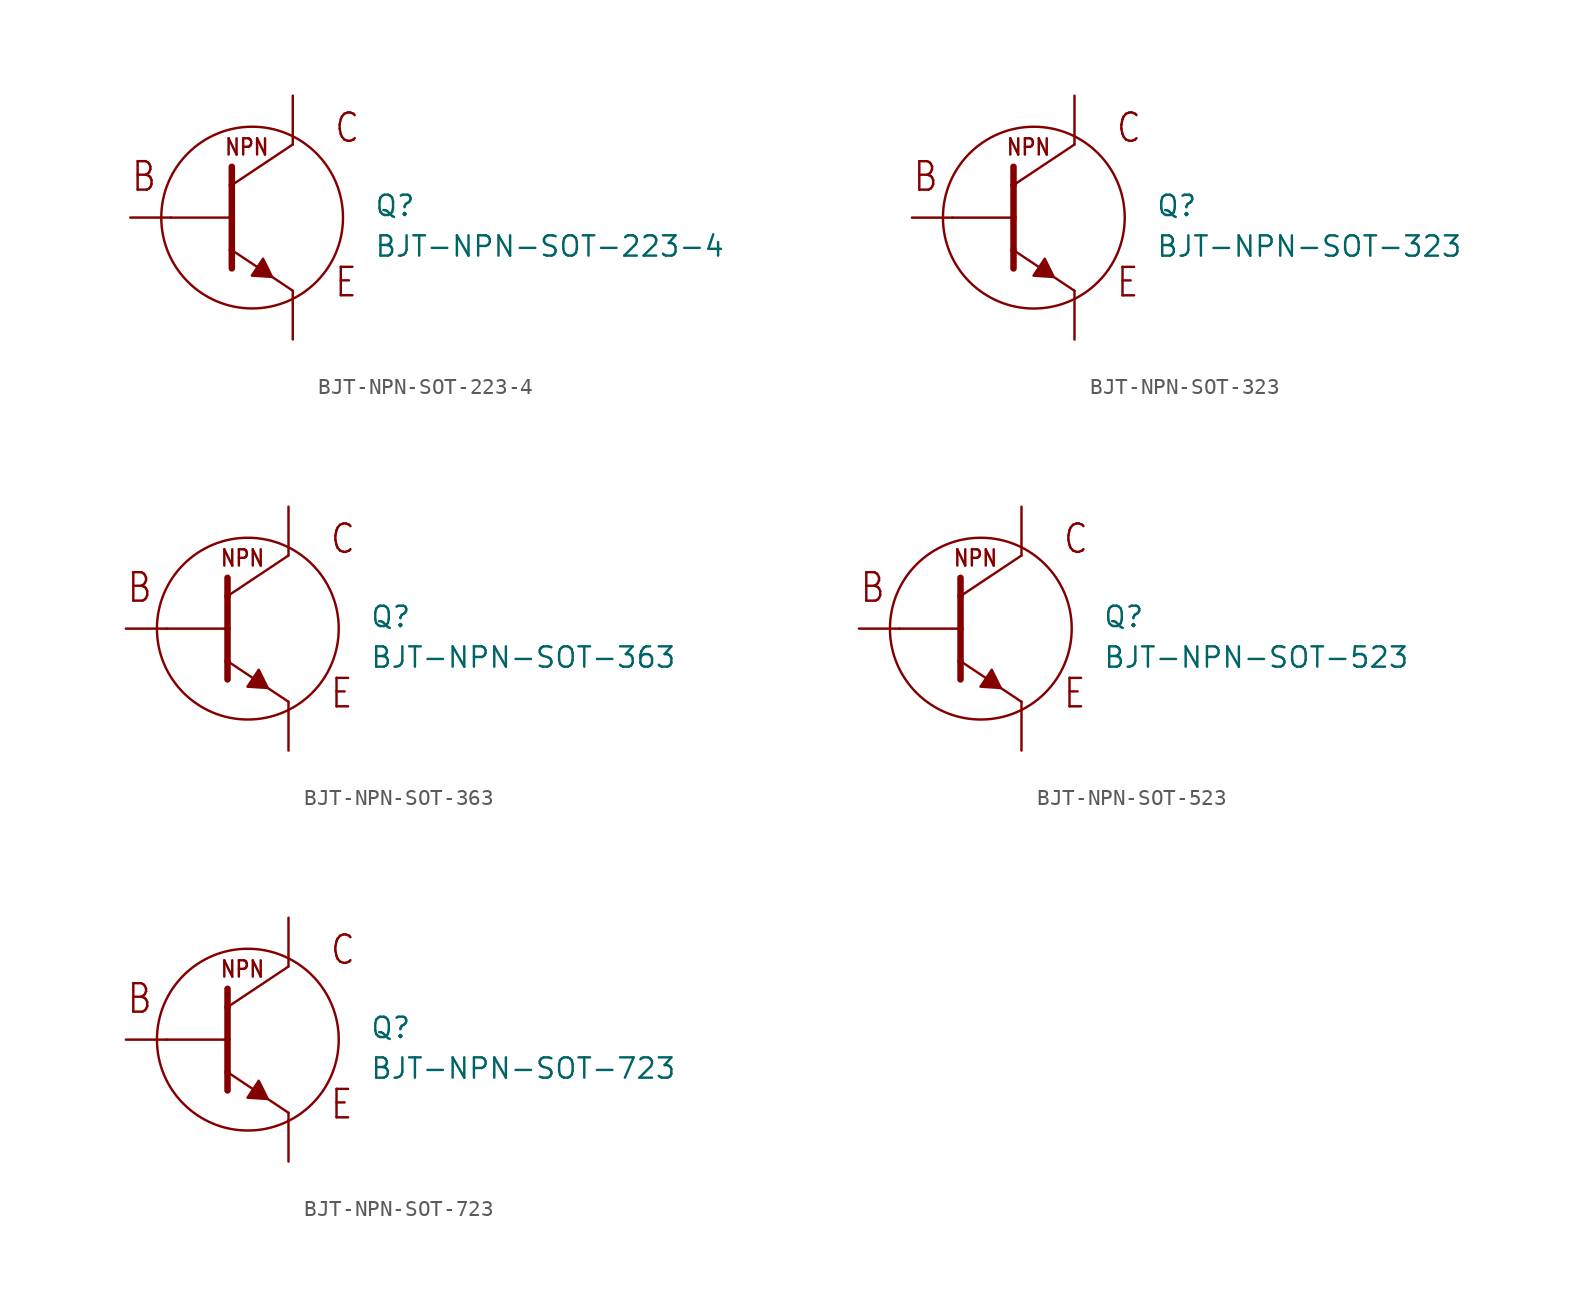
<source format=kicad_sym>
(kicad_symbol_lib
  (version 20211014)
  (generator kicad_symbol_editor)
  (symbol "BJT-NPN-SOT-223-4"
    (pin_numbers hide)
    (pin_names hide)
    (property "Reference" "Q"
      (at 7.62 0 0)
      (effects (font (size 1.27 1.27)) (justify left bottom)))
    (property "Value" "BJT-NPN-SOT-223-4"
      (at 7.62 -2.54 0)
      (effects (font (size 1.27 1.27)) (justify left bottom)))
    (property "Datasheet" ""
      (at 0 0 0))
    (property "ki_description" "BJT NPN  - SOT-223-4 "
      (at 0 0 0))
    (property "ki_fp_filters" "FlashPCB_Transistors:SOT-223-4 FlashPCB_Transistors:SOT-223-4_NOSILK"
      (at 0 0 0))
    (symbol "BJT-NPN-SOT-223-4_1_1"
      (text "NPN" (at -1.778 3.81 0) (effects (font (size 1.016 0.869)) (justify left bottom)))
      (text "C" (at 5.08 4.572 0) (effects (font (size 1.778 1.52)) (justify left bottom)))
      (text "E" (at 5.08 -5.08 0) (effects (font (size 1.778 1.52)) (justify left bottom)))
      (text "B" (at -7.62 1.524 0) (effects (font (size 1.778 1.52)) (justify left bottom)))
      (polyline (pts (xy 0.682 -2.57) (xy -0.022 -3.627) (xy 1.245 -3.709) (xy 0.682 -2.57)) (stroke (width 0.152) (type default)) (fill (type outline)))
      (polyline (pts (xy -1.27 3.175) (xy -1.27 2.032)) (stroke (width 0.406)) (fill (type none)))
      (polyline (pts (xy -1.27 2.032) (xy -1.27 0)) (stroke (width 0.406)) (fill (type none)))
      (polyline (pts (xy -1.27 0) (xy -1.27 -2.032)) (stroke (width 0.406)) (fill (type none)))
      (polyline (pts (xy -1.27 -2.032) (xy -1.27 -3.175)) (stroke (width 0.406)) (fill (type none)))
      (polyline (pts (xy 2.54 4.572) (xy -1.27 2.032)) (stroke (width 0.152)) (fill (type none)))
      (polyline (pts (xy -1.27 -2.032) (xy 2.54 -4.572)) (stroke (width 0.152)) (fill (type none)))
      (polyline (pts (xy 2.54 -4.572) (xy 2.54 -5.08)) (stroke (width 0.152)) (fill (type none)))
      (polyline (pts (xy 2.54 5.08) (xy 2.54 4.572)) (stroke (width 0.152)) (fill (type none)))
      (polyline (pts (xy -5.08 0) (xy -1.27 0)) (stroke (width 0.152)) (fill (type none)))
      (circle (center 0 0) (radius 5.68) (stroke (width 0.152) (type default)) (fill (type none)))
      (pin bidirectional line (at -7.62 0 0) (length 2.54) (name "B" (effects (font (size 0 0)))) (number "1" (effects (font (size 0 0)))))
      (pin bidirectional line (at 2.54 7.62 270) (length 2.54) (name "C" (effects (font (size 0 0)))) (number "2" (effects (font (size 0 0)))))
      (pin bidirectional line (at 2.54 7.62 270) (length 2.54) hide (name "C" (effects (font (size 0 0)))) (number "4" (effects (font (size 0 0)))))
      (pin bidirectional line (at 2.54 -7.62 90) (length 2.54) (name "E" (effects (font (size 0 0)))) (number "3" (effects (font (size 0 0)))))))
  (symbol "BJT-NPN-SOT-323"
    (pin_numbers hide)
    (pin_names hide)
    (property "Reference" "Q"
      (at 7.62 0 0)
      (effects (font (size 1.27 1.27)) (justify left bottom)))
    (property "Value" "BJT-NPN-SOT-323"
      (at 7.62 -2.54 0)
      (effects (font (size 1.27 1.27)) (justify left bottom)))
    (property "Datasheet" ""
      (at 0 0 0))
    (property "ki_description" "BJT NPN  - SOT-323 "
      (at 0 0 0))
    (property "ki_fp_filters" "FlashPCB_Transistors:SOT-323 FlashPCB_Transistors:SOT-323_NOSILK"
      (at 0 0 0))
    (symbol "BJT-NPN-SOT-323_1_1"
      (text "NPN" (at -1.778 3.81 0) (effects (font (size 1.016 0.869)) (justify left bottom)))
      (text "C" (at 5.08 4.572 0) (effects (font (size 1.778 1.52)) (justify left bottom)))
      (text "E" (at 5.08 -5.08 0) (effects (font (size 1.778 1.52)) (justify left bottom)))
      (text "B" (at -7.62 1.524 0) (effects (font (size 1.778 1.52)) (justify left bottom)))
      (polyline (pts (xy 0.682 -2.57) (xy -0.022 -3.627) (xy 1.245 -3.709) (xy 0.682 -2.57)) (stroke (width 0.152) (type default)) (fill (type outline)))
      (polyline (pts (xy -1.27 3.175) (xy -1.27 2.032)) (stroke (width 0.406)) (fill (type none)))
      (polyline (pts (xy -1.27 2.032) (xy -1.27 0)) (stroke (width 0.406)) (fill (type none)))
      (polyline (pts (xy -1.27 0) (xy -1.27 -2.032)) (stroke (width 0.406)) (fill (type none)))
      (polyline (pts (xy -1.27 -2.032) (xy -1.27 -3.175)) (stroke (width 0.406)) (fill (type none)))
      (polyline (pts (xy 2.54 4.572) (xy -1.27 2.032)) (stroke (width 0.152)) (fill (type none)))
      (polyline (pts (xy -1.27 -2.032) (xy 2.54 -4.572)) (stroke (width 0.152)) (fill (type none)))
      (polyline (pts (xy 2.54 -4.572) (xy 2.54 -5.08)) (stroke (width 0.152)) (fill (type none)))
      (polyline (pts (xy 2.54 5.08) (xy 2.54 4.572)) (stroke (width 0.152)) (fill (type none)))
      (polyline (pts (xy -5.08 0) (xy -1.27 0)) (stroke (width 0.152)) (fill (type none)))
      (circle (center 0 0) (radius 5.68) (stroke (width 0.152) (type default)) (fill (type none)))
      (pin bidirectional line (at -7.62 0 0) (length 2.54) (name "B" (effects (font (size 0 0)))) (number "1" (effects (font (size 0 0)))))
      (pin bidirectional line (at 2.54 7.62 270) (length 2.54) (name "C" (effects (font (size 0 0)))) (number "3" (effects (font (size 0 0)))))
      (pin bidirectional line (at 2.54 -7.62 90) (length 2.54) (name "E" (effects (font (size 0 0)))) (number "2" (effects (font (size 0 0)))))))
  (symbol "BJT-NPN-SOT-363"
    (pin_numbers hide)
    (pin_names hide)
    (property "Reference" "Q"
      (at 7.62 0 0)
      (effects (font (size 1.27 1.27)) (justify left bottom)))
    (property "Value" "BJT-NPN-SOT-363"
      (at 7.62 -2.54 0)
      (effects (font (size 1.27 1.27)) (justify left bottom)))
    (property "Datasheet" ""
      (at 0 0 0))
    (property "ki_description" "BJT NPN  - SOT-363 "
      (at 0 0 0))
    (property "ki_fp_filters" "FlashPCB_Transistors:SOT-363 FlashPCB_Transistors:SOT-363_NOSILK"
      (at 0 0 0))
    (symbol "BJT-NPN-SOT-363_1_1"
      (text "NPN" (at -1.778 3.81 0) (effects (font (size 1.016 0.869)) (justify left bottom)))
      (text "C" (at 5.08 4.572 0) (effects (font (size 1.778 1.52)) (justify left bottom)))
      (text "E" (at 5.08 -5.08 0) (effects (font (size 1.778 1.52)) (justify left bottom)))
      (text "B" (at -7.62 1.524 0) (effects (font (size 1.778 1.52)) (justify left bottom)))
      (polyline (pts (xy 0.682 -2.57) (xy -0.022 -3.627) (xy 1.245 -3.709) (xy 0.682 -2.57)) (stroke (width 0.152) (type default)) (fill (type outline)))
      (polyline (pts (xy -1.27 3.175) (xy -1.27 2.032)) (stroke (width 0.406)) (fill (type none)))
      (polyline (pts (xy -1.27 2.032) (xy -1.27 0)) (stroke (width 0.406)) (fill (type none)))
      (polyline (pts (xy -1.27 0) (xy -1.27 -2.032)) (stroke (width 0.406)) (fill (type none)))
      (polyline (pts (xy -1.27 -2.032) (xy -1.27 -3.175)) (stroke (width 0.406)) (fill (type none)))
      (polyline (pts (xy 2.54 4.572) (xy -1.27 2.032)) (stroke (width 0.152)) (fill (type none)))
      (polyline (pts (xy -1.27 -2.032) (xy 2.54 -4.572)) (stroke (width 0.152)) (fill (type none)))
      (polyline (pts (xy 2.54 -4.572) (xy 2.54 -5.08)) (stroke (width 0.152)) (fill (type none)))
      (polyline (pts (xy 2.54 5.08) (xy 2.54 4.572)) (stroke (width 0.152)) (fill (type none)))
      (polyline (pts (xy -5.08 0) (xy -1.27 0)) (stroke (width 0.152)) (fill (type none)))
      (circle (center 0 0) (radius 5.68) (stroke (width 0.152) (type default)) (fill (type none)))
      (pin bidirectional line (at -7.62 0 0) (length 2.54) (name "B" (effects (font (size 0 0)))) (number "3" (effects (font (size 0 0)))))
      (pin bidirectional line (at 2.54 7.62 270) (length 2.54) (name "C" (effects (font (size 0 0)))) (number "1" (effects (font (size 0 0)))))
      (pin bidirectional line (at 2.54 7.62 270) (length 2.54) hide (name "C" (effects (font (size 0 0)))) (number "2" (effects (font (size 0 0)))))
      (pin bidirectional line (at 2.54 7.62 270) (length 2.54) hide (name "C" (effects (font (size 0 0)))) (number "5" (effects (font (size 0 0)))))
      (pin bidirectional line (at 2.54 7.62 270) (length 2.54) hide (name "C" (effects (font (size 0 0)))) (number "6" (effects (font (size 0 0)))))
      (pin bidirectional line (at 2.54 -7.62 90) (length 2.54) (name "E" (effects (font (size 0 0)))) (number "4" (effects (font (size 0 0)))))))
  (symbol "BJT-NPN-SOT-523"
    (pin_numbers hide)
    (pin_names hide)
    (property "Reference" "Q"
      (at 7.62 0 0)
      (effects (font (size 1.27 1.27)) (justify left bottom)))
    (property "Value" "BJT-NPN-SOT-523"
      (at 7.62 -2.54 0)
      (effects (font (size 1.27 1.27)) (justify left bottom)))
    (property "Datasheet" ""
      (at 0 0 0))
    (property "ki_description" "BJT NPN  - SOT 532 "
      (at 0 0 0))
    (property "ki_fp_filters" "FlashPCB_Transistors:SOT-523 FlashPCB_Transistors:SOT-523_NOSILK"
      (at 0 0 0))
    (symbol "BJT-NPN-SOT-523_1_1"
      (text "NPN" (at -1.778 3.81 0) (effects (font (size 1.016 0.869)) (justify left bottom)))
      (text "C" (at 5.08 4.572 0) (effects (font (size 1.778 1.52)) (justify left bottom)))
      (text "E" (at 5.08 -5.08 0) (effects (font (size 1.778 1.52)) (justify left bottom)))
      (text "B" (at -7.62 1.524 0) (effects (font (size 1.778 1.52)) (justify left bottom)))
      (polyline (pts (xy 0.682 -2.57) (xy -0.022 -3.627) (xy 1.245 -3.709) (xy 0.682 -2.57)) (stroke (width 0.152) (type default)) (fill (type outline)))
      (polyline (pts (xy -1.27 3.175) (xy -1.27 2.032)) (stroke (width 0.406)) (fill (type none)))
      (polyline (pts (xy -1.27 2.032) (xy -1.27 0)) (stroke (width 0.406)) (fill (type none)))
      (polyline (pts (xy -1.27 0) (xy -1.27 -2.032)) (stroke (width 0.406)) (fill (type none)))
      (polyline (pts (xy -1.27 -2.032) (xy -1.27 -3.175)) (stroke (width 0.406)) (fill (type none)))
      (polyline (pts (xy 2.54 4.572) (xy -1.27 2.032)) (stroke (width 0.152)) (fill (type none)))
      (polyline (pts (xy -1.27 -2.032) (xy 2.54 -4.572)) (stroke (width 0.152)) (fill (type none)))
      (polyline (pts (xy 2.54 -4.572) (xy 2.54 -5.08)) (stroke (width 0.152)) (fill (type none)))
      (polyline (pts (xy 2.54 5.08) (xy 2.54 4.572)) (stroke (width 0.152)) (fill (type none)))
      (polyline (pts (xy -5.08 0) (xy -1.27 0)) (stroke (width 0.152)) (fill (type none)))
      (circle (center 0 0) (radius 5.68) (stroke (width 0.152) (type default)) (fill (type none)))
      (pin bidirectional line (at -7.62 0 0) (length 2.54) (name "B" (effects (font (size 0 0)))) (number "1" (effects (font (size 0 0)))))
      (pin bidirectional line (at 2.54 7.62 270) (length 2.54) (name "C" (effects (font (size 0 0)))) (number "3" (effects (font (size 0 0)))))
      (pin bidirectional line (at 2.54 -7.62 90) (length 2.54) (name "E" (effects (font (size 0 0)))) (number "2" (effects (font (size 0 0)))))))
  (symbol "BJT-NPN-SOT-723"
    (pin_numbers hide)
    (pin_names hide)
    (property "Reference" "Q"
      (at 7.62 0 0)
      (effects (font (size 1.27 1.27)) (justify left bottom)))
    (property "Value" "BJT-NPN-SOT-723"
      (at 7.62 -2.54 0)
      (effects (font (size 1.27 1.27)) (justify left bottom)))
    (property "Datasheet" ""
      (at 0 0 0))
    (property "ki_description" "BJT NPN  - SOT 723 "
      (at 0 0 0))
    (property "ki_fp_filters" "FlashPCB_Transistors:SOT-723 FlashPCB_Transistors:SOT-723_NOSILK"
      (at 0 0 0))
    (symbol "BJT-NPN-SOT-723_1_1"
      (text "NPN" (at -1.778 3.81 0) (effects (font (size 1.016 0.869)) (justify left bottom)))
      (text "C" (at 5.08 4.572 0) (effects (font (size 1.778 1.52)) (justify left bottom)))
      (text "E" (at 5.08 -5.08 0) (effects (font (size 1.778 1.52)) (justify left bottom)))
      (text "B" (at -7.62 1.524 0) (effects (font (size 1.778 1.52)) (justify left bottom)))
      (polyline (pts (xy 0.682 -2.57) (xy -0.022 -3.627) (xy 1.245 -3.709) (xy 0.682 -2.57)) (stroke (width 0.152) (type default)) (fill (type outline)))
      (polyline (pts (xy -1.27 3.175) (xy -1.27 2.032)) (stroke (width 0.406)) (fill (type none)))
      (polyline (pts (xy -1.27 2.032) (xy -1.27 0)) (stroke (width 0.406)) (fill (type none)))
      (polyline (pts (xy -1.27 0) (xy -1.27 -2.032)) (stroke (width 0.406)) (fill (type none)))
      (polyline (pts (xy -1.27 -2.032) (xy -1.27 -3.175)) (stroke (width 0.406)) (fill (type none)))
      (polyline (pts (xy 2.54 4.572) (xy -1.27 2.032)) (stroke (width 0.152)) (fill (type none)))
      (polyline (pts (xy -1.27 -2.032) (xy 2.54 -4.572)) (stroke (width 0.152)) (fill (type none)))
      (polyline (pts (xy 2.54 -4.572) (xy 2.54 -5.08)) (stroke (width 0.152)) (fill (type none)))
      (polyline (pts (xy 2.54 5.08) (xy 2.54 4.572)) (stroke (width 0.152)) (fill (type none)))
      (polyline (pts (xy -5.08 0) (xy -1.27 0)) (stroke (width 0.152)) (fill (type none)))
      (circle (center 0 0) (radius 5.68) (stroke (width 0.152) (type default)) (fill (type none)))
      (pin bidirectional line (at -7.62 0 0) (length 2.54) (name "B" (effects (font (size 0 0)))) (number "1" (effects (font (size 0 0)))))
      (pin bidirectional line (at 2.54 7.62 270) (length 2.54) (name "C" (effects (font (size 0 0)))) (number "3" (effects (font (size 0 0)))))
      (pin bidirectional line (at 2.54 -7.62 90) (length 2.54) (name "E" (effects (font (size 0 0)))) (number "2" (effects (font (size 0 0))))))))
</source>
